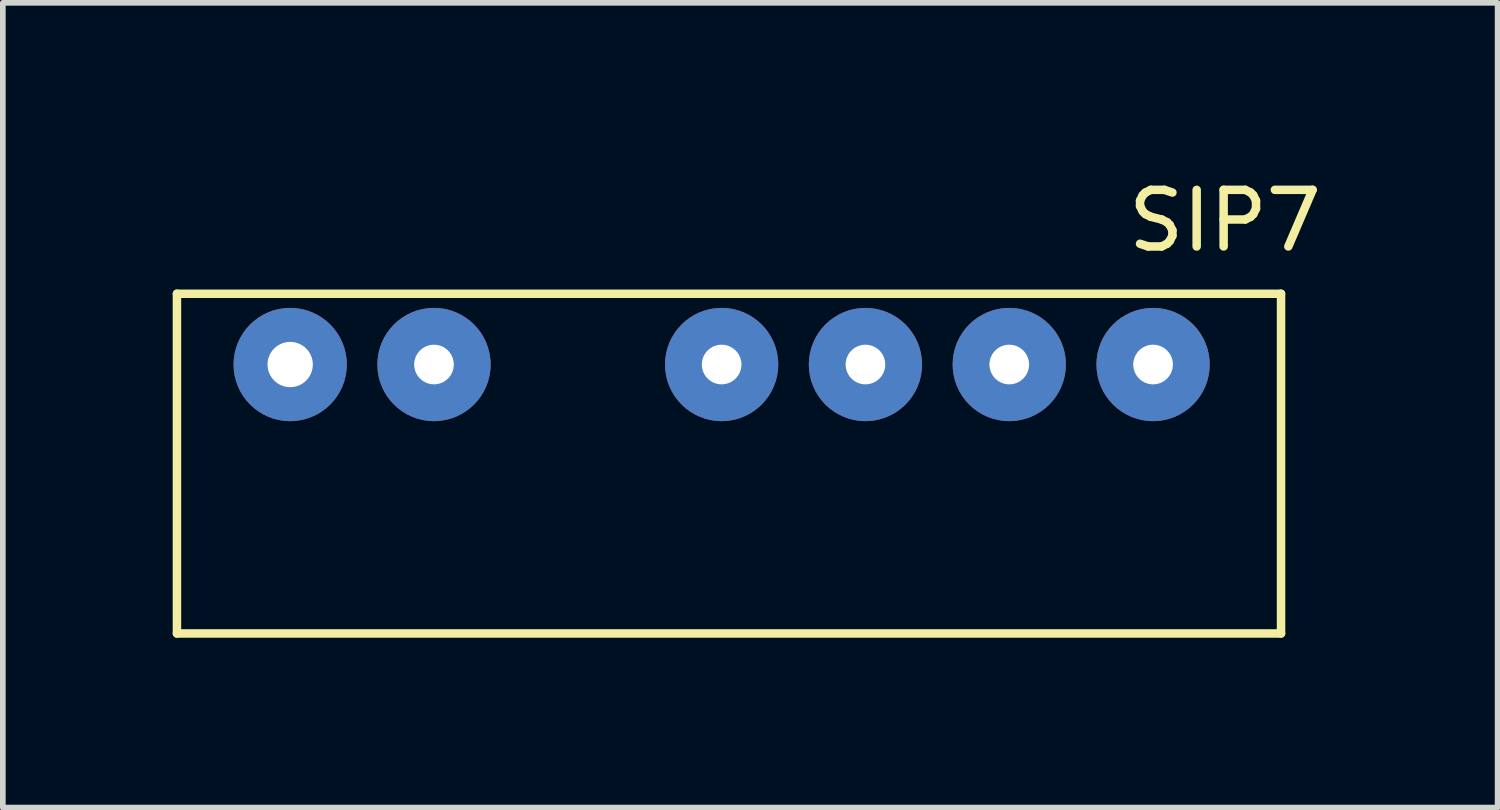
<source format=kicad_pcb>
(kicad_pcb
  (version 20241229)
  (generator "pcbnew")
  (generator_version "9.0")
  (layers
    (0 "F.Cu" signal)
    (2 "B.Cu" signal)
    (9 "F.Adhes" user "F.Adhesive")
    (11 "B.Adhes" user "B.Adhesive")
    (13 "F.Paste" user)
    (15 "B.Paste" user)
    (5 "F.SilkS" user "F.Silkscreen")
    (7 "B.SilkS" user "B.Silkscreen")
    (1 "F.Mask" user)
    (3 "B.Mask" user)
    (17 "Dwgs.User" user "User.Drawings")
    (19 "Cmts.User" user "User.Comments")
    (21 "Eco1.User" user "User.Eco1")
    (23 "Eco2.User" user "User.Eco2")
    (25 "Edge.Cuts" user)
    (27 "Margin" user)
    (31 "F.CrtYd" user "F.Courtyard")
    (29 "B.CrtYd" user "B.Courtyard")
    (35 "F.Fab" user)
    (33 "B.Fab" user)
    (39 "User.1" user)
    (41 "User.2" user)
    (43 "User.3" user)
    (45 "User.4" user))
  (footprint "SIP7"
    (layer "F.Cu")
    (at 2.075 3.388)
    (property "Reference" "SIP7" (at 16.51 -2.54 0) (layer "F.SilkS") (effects (font (size 1 1) (thickness 0.15))))
    (attr through_hole)
    (fp_line (start -2 -1.25) (end 17.5 -1.25) (stroke (width 0.15) (type solid)) (layer "F.SilkS"))
    (fp_line (start -2 4.75) (end -2 -1.25) (stroke (width 0.15) (type solid)) (layer "F.SilkS"))
    (fp_line (start 17.5 -1.25) (end 17.5 4.75) (stroke (width 0.15) (type solid)) (layer "F.SilkS"))
    (fp_line (start 17.5 4.75) (end -2 4.75) (stroke (width 0.15) (type solid)) (layer "F.SilkS"))
    (pad "1" thru_hole circle (at 0 0) (size 2 2) (drill 0.8) (layers "*.Cu" "*.Mask"))
    (pad "2" thru_hole circle (at 2.54 0) (size 2 2) (drill 0.7) (layers "*.Cu" "*.Mask"))
    (pad "4" thru_hole circle (at 7.62 0) (size 2 2) (drill 0.7) (layers "*.Cu" "*.Mask"))
    (pad "5" thru_hole circle (at 10.16 0) (size 2 2) (drill 0.7) (layers "*.Cu" "*.Mask"))
    (pad "6" thru_hole circle (at 12.7 0) (size 2 2) (drill 0.7) (layers "*.Cu" "*.Mask"))
    (pad "7" thru_hole circle (at 15.24 0) (size 2 2) (drill 0.7) (layers "*.Cu" "*.Mask")))
  (gr_rect
    (start -3 -3)
    (end 23.4 11.213)
    (stroke (width 0.1) (type default))
    (fill no)
    (layer "Edge.Cuts")))
</source>
